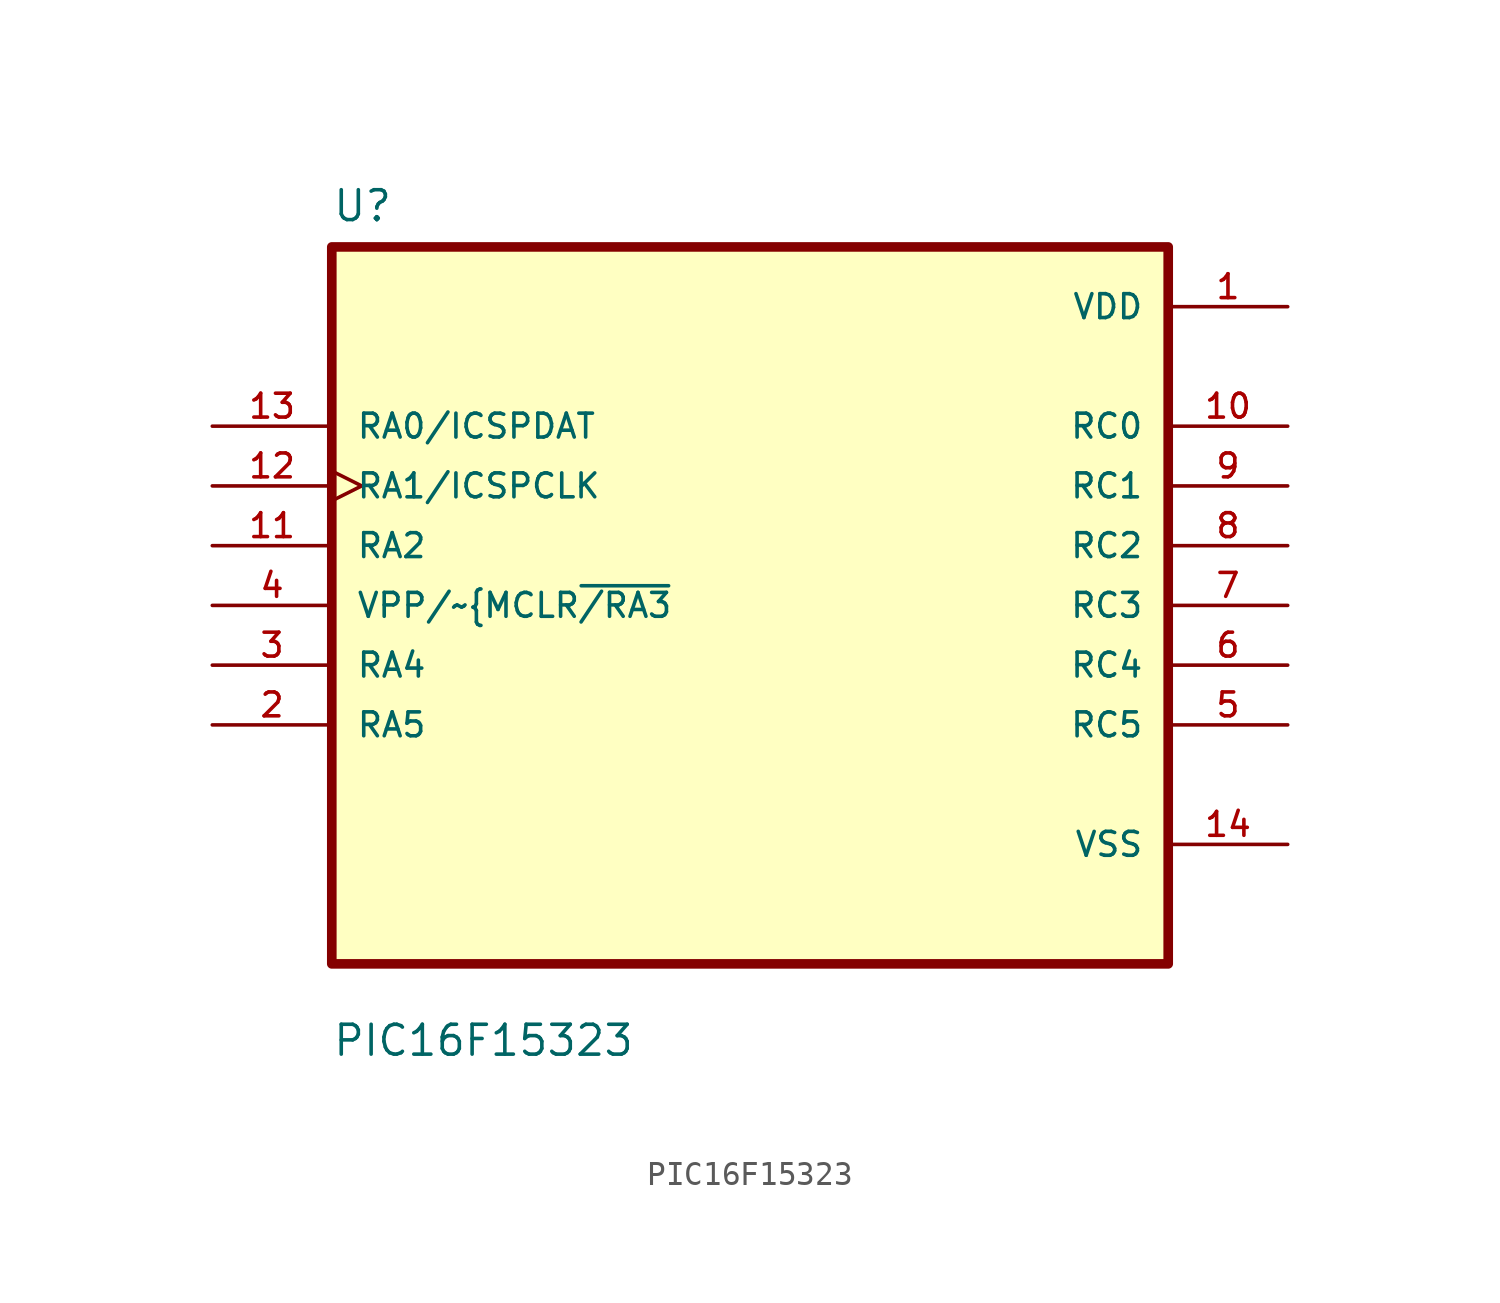
<source format=kicad_sym>
(kicad_symbol_lib
  (version 20211014)
  (generator kicad_symbol_editor)
  (symbol "PIC16F15323"
    (pin_names
      (offset 1.016))
    (property "Reference" "U"
      (at -17.78 16.24 0)
      (effects (font (size 1.27 1.27)) (justify left bottom)))
    (property "Value" "PIC16F15323"
      (at -17.78 -19.24 0)
      (effects (font (size 1.27 1.27)) (justify left bottom)))
    (symbol "PIC16F15323_0_0"
      (rectangle (start -17.78 -15.24) (end 17.78 15.24) (stroke (width 0.41) (type default) (color 0 0 0 0)) (fill (type background)))
      (pin power_in line (at 22.86 12.7 180) (length 5.08) (name "VDD" (effects (font (size 1.016 1.016)))) (number "1" (effects (font (size 1.016 1.016)))))
      (pin bidirectional line (at 22.86 7.62 180) (length 5.08) (name "RC0" (effects (font (size 1.016 1.016)))) (number "10" (effects (font (size 1.016 1.016)))))
      (pin bidirectional line (at -22.86 2.54 0) (length 5.08) (name "RA2" (effects (font (size 1.016 1.016)))) (number "11" (effects (font (size 1.016 1.016)))))
      (pin bidirectional clock (at -22.86 5.08 0) (length 5.08) (name "RA1/ICSPCLK" (effects (font (size 1.016 1.016)))) (number "12" (effects (font (size 1.016 1.016)))))
      (pin bidirectional line (at -22.86 7.62 0) (length 5.08) (name "RA0/ICSPDAT" (effects (font (size 1.016 1.016)))) (number "13" (effects (font (size 1.016 1.016)))))
      (pin power_in line (at 22.86 -10.16 180) (length 5.08) (name "VSS" (effects (font (size 1.016 1.016)))) (number "14" (effects (font (size 1.016 1.016)))))
      (pin bidirectional line (at -22.86 -5.08 0) (length 5.08) (name "RA5" (effects (font (size 1.016 1.016)))) (number "2" (effects (font (size 1.016 1.016)))))
      (pin bidirectional line (at -22.86 -2.54 0) (length 5.08) (name "RA4" (effects (font (size 1.016 1.016)))) (number "3" (effects (font (size 1.016 1.016)))))
      (pin bidirectional line (at -22.86 0 0) (length 5.08) (name "VPP/~{MCLR~{/RA3}" (effects (font (size 1.016 1.016)))) (number "4" (effects (font (size 1.016 1.016)))))
      (pin bidirectional line (at 22.86 -5.08 180) (length 5.08) (name "RC5" (effects (font (size 1.016 1.016)))) (number "5" (effects (font (size 1.016 1.016)))))
      (pin bidirectional line (at 22.86 -2.54 180) (length 5.08) (name "RC4" (effects (font (size 1.016 1.016)))) (number "6" (effects (font (size 1.016 1.016)))))
      (pin bidirectional line (at 22.86 0 180) (length 5.08) (name "RC3" (effects (font (size 1.016 1.016)))) (number "7" (effects (font (size 1.016 1.016)))))
      (pin bidirectional line (at 22.86 2.54 180) (length 5.08) (name "RC2" (effects (font (size 1.016 1.016)))) (number "8" (effects (font (size 1.016 1.016)))))
      (pin bidirectional line (at 22.86 5.08 180) (length 5.08) (name "RC1" (effects (font (size 1.016 1.016)))) (number "9" (effects (font (size 1.016 1.016))))))))
</source>
